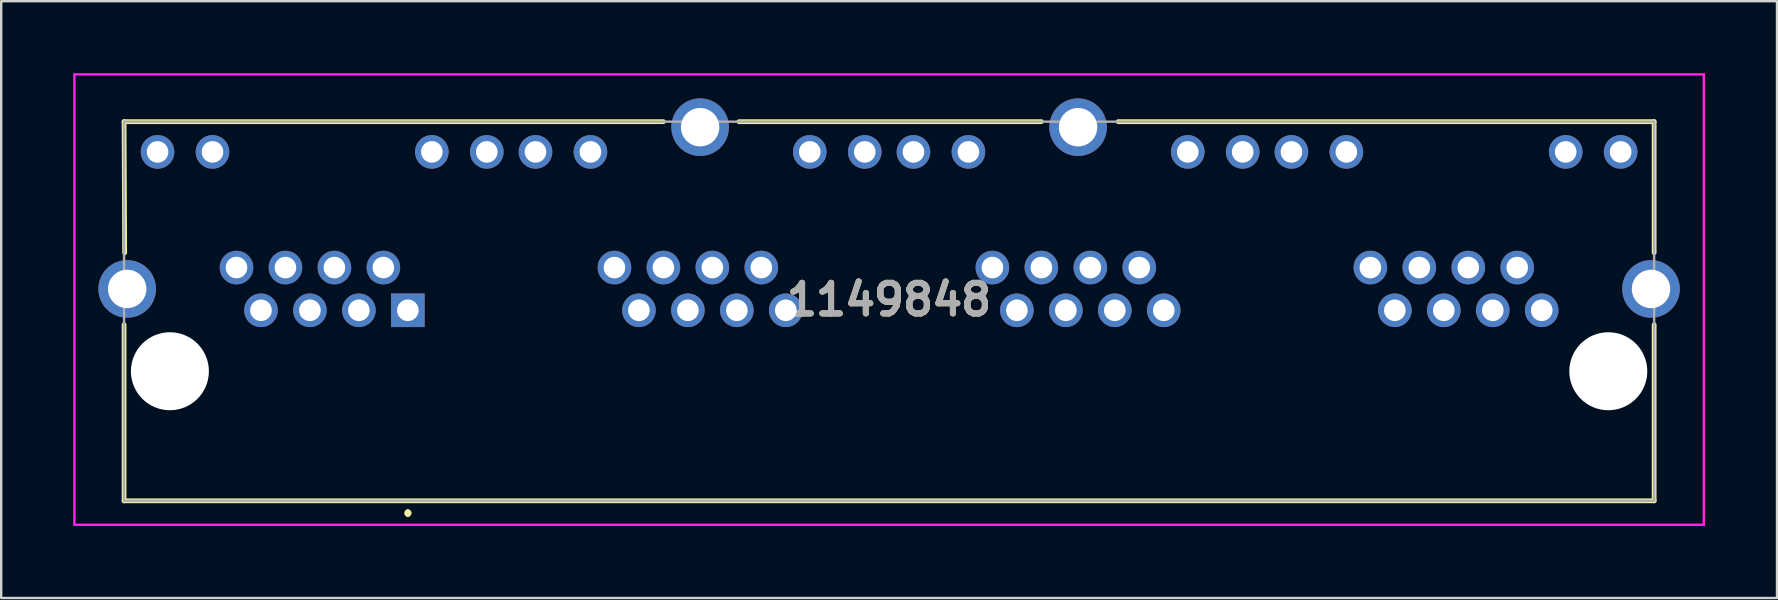
<source format=kicad_pcb>
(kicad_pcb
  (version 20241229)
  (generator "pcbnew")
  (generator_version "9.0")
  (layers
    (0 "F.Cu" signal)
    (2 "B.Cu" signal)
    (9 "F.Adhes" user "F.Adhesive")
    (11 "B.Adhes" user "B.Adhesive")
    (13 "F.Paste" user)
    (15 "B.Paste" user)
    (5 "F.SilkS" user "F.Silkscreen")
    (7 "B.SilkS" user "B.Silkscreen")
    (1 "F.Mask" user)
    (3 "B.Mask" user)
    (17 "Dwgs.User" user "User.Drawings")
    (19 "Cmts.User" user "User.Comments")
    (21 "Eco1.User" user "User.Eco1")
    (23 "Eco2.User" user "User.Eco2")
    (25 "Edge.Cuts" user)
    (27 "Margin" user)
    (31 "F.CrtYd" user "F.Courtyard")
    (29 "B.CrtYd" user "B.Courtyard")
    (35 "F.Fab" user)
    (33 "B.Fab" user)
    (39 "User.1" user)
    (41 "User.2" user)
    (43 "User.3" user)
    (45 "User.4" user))
  (footprint "1149848"
    (layer "F.Cu")
    (at 13.945 9.88)
    (property "Reference" "1149848" (at 20.055 -0.445 0) (layer "F.SilkS") (effects (font (size 1.27 1.27) (thickness 0.254))))
    (attr through_hole)
    (fp_line (start -11.825 -7.86) (end -11.8 -2.4) (stroke (width 0.2) (type solid)) (layer "F.SilkS"))
    (fp_line (start -11.825 0.6) (end -11.825 7.94) (stroke (width 0.2) (type solid)) (layer "F.SilkS"))
    (fp_line (start -11.825 7.94) (end 51.935 7.94) (stroke (width 0.2) (type solid)) (layer "F.SilkS"))
    (fp_line (start 0 8.4) (end 0 8.4) (stroke (width 0.2) (type solid)) (layer "F.SilkS"))
    (fp_line (start 0 8.5) (end 0 8.5) (stroke (width 0.2) (type solid)) (layer "F.SilkS"))
    (fp_line (start 0 8.5) (end 0 8.5) (stroke (width 0.2) (type solid)) (layer "F.SilkS"))
    (fp_line (start 10.65 -7.86) (end -11.825 -7.86) (stroke (width 0.2) (type solid)) (layer "F.SilkS"))
    (fp_line (start 26.4 -7.86) (end 13.8 -7.86) (stroke (width 0.2) (type solid)) (layer "F.SilkS"))
    (fp_line (start 51.935 -7.86) (end 29.6 -7.86) (stroke (width 0.2) (type solid)) (layer "F.SilkS"))
    (fp_line (start 51.935 -2.4) (end 51.935 -7.86) (stroke (width 0.2) (type solid)) (layer "F.SilkS"))
    (fp_line (start 51.935 7.94) (end 51.935 0.6) (stroke (width 0.2) (type solid)) (layer "F.SilkS"))
    (fp_arc (start 0 8.4) (mid 0.05 8.45) (end 0 8.5) (stroke (width 0.2) (type solid)) (layer "F.SilkS"))
    (fp_arc (start 0 8.4) (mid 0.05 8.45) (end 0 8.5) (stroke (width 0.2) (type solid)) (layer "F.SilkS"))
    (fp_arc (start 0 8.5) (mid -0.05 8.45) (end 0 8.4) (stroke (width 0.2) (type solid)) (layer "F.SilkS"))
    (fp_line (start -13.895 -9.83) (end 54.005 -9.83) (stroke (width 0.1) (type solid)) (layer "F.CrtYd"))
    (fp_line (start -13.895 8.94) (end -13.895 -9.83) (stroke (width 0.1) (type solid)) (layer "F.CrtYd"))
    (fp_line (start 54.005 -9.83) (end 54.005 8.94) (stroke (width 0.1) (type solid)) (layer "F.CrtYd"))
    (fp_line (start 54.005 8.94) (end -13.895 8.94) (stroke (width 0.1) (type solid)) (layer "F.CrtYd"))
    (fp_line (start -11.825 -7.86) (end -11.825 7.94) (stroke (width 0.1) (type solid)) (layer "F.Fab"))
    (fp_line (start -11.825 7.94) (end 51.935 7.94) (stroke (width 0.1) (type solid)) (layer "F.Fab"))
    (fp_line (start 51.935 -7.86) (end -11.825 -7.86) (stroke (width 0.1) (type solid)) (layer "F.Fab"))
    (fp_line (start 51.935 7.94) (end 51.935 -7.86) (stroke (width 0.1) (type solid)) (layer "F.Fab"))
    (fp_text user "${REFERENCE}" (at 20.055 -0.445 0) (layer "F.Fab") (effects (font (size 1.27 1.27) (thickness 0.254))))
    (pad "" np_thru_hole circle (at -9.915 2.54) (size 3.25 3.25) (drill 3.25) (layers "*.Cu" "*.Mask"))
    (pad "" np_thru_hole circle (at 50.025 2.54) (size 3.25 3.25) (drill 3.25) (layers "*.Cu" "*.Mask"))
    (pad "A1" thru_hole rect (at 0 0) (size 1.4 1.4) (drill 0.9) (layers "*.Cu" "*.Mask"))
    (pad "A2" thru_hole circle (at -1.02 -1.78) (size 1.4 1.4) (drill 0.9) (layers "*.Cu" "*.Mask"))
    (pad "A3" thru_hole circle (at -2.04 0) (size 1.4 1.4) (drill 0.9) (layers "*.Cu" "*.Mask"))
    (pad "A4" thru_hole circle (at -3.06 -1.78) (size 1.4 1.4) (drill 0.9) (layers "*.Cu" "*.Mask"))
    (pad "A5" thru_hole circle (at -4.08 0) (size 1.4 1.4) (drill 0.9) (layers "*.Cu" "*.Mask"))
    (pad "A6" thru_hole circle (at -5.1 -1.78) (size 1.4 1.4) (drill 0.9) (layers "*.Cu" "*.Mask"))
    (pad "A7" thru_hole circle (at -6.12 0) (size 1.4 1.4) (drill 0.9) (layers "*.Cu" "*.Mask"))
    (pad "A8" thru_hole circle (at -7.14 -1.78) (size 1.4 1.4) (drill 0.9) (layers "*.Cu" "*.Mask"))
    (pad "A9" thru_hole circle (at -10.43 -6.6) (size 1.4 1.4) (drill 0.9) (layers "*.Cu" "*.Mask"))
    (pad "A10" thru_hole circle (at -8.14 -6.6) (size 1.4 1.4) (drill 0.9) (layers "*.Cu" "*.Mask"))
    (pad "A11" thru_hole circle (at 1 -6.6) (size 1.4 1.4) (drill 0.9) (layers "*.Cu" "*.Mask"))
    (pad "A12" thru_hole circle (at 3.29 -6.6) (size 1.4 1.4) (drill 0.9) (layers "*.Cu" "*.Mask"))
    (pad "B1" thru_hole circle (at 15.75 0) (size 1.4 1.4) (drill 0.9) (layers "*.Cu" "*.Mask"))
    (pad "B2" thru_hole circle (at 14.73 -1.78) (size 1.4 1.4) (drill 0.9) (layers "*.Cu" "*.Mask"))
    (pad "B3" thru_hole circle (at 13.71 0) (size 1.4 1.4) (drill 0.9) (layers "*.Cu" "*.Mask"))
    (pad "B4" thru_hole circle (at 12.69 -1.78) (size 1.4 1.4) (drill 0.9) (layers "*.Cu" "*.Mask"))
    (pad "B5" thru_hole circle (at 11.67 0) (size 1.4 1.4) (drill 0.9) (layers "*.Cu" "*.Mask"))
    (pad "B6" thru_hole circle (at 10.65 -1.78) (size 1.4 1.4) (drill 0.9) (layers "*.Cu" "*.Mask"))
    (pad "B7" thru_hole circle (at 9.63 0) (size 1.4 1.4) (drill 0.9) (layers "*.Cu" "*.Mask"))
    (pad "B8" thru_hole circle (at 8.61 -1.78) (size 1.4 1.4) (drill 0.9) (layers "*.Cu" "*.Mask"))
    (pad "B9" thru_hole circle (at 5.32 -6.6) (size 1.4 1.4) (drill 0.9) (layers "*.Cu" "*.Mask"))
    (pad "B10" thru_hole circle (at 7.61 -6.6) (size 1.4 1.4) (drill 0.9) (layers "*.Cu" "*.Mask"))
    (pad "B11" thru_hole circle (at 16.75 -6.6) (size 1.4 1.4) (drill 0.9) (layers "*.Cu" "*.Mask"))
    (pad "B12" thru_hole circle (at 19.04 -6.6) (size 1.4 1.4) (drill 0.9) (layers "*.Cu" "*.Mask"))
    (pad "C1" thru_hole circle (at 31.5 0) (size 1.4 1.4) (drill 0.9) (layers "*.Cu" "*.Mask"))
    (pad "C2" thru_hole circle (at 30.48 -1.78) (size 1.4 1.4) (drill 0.9) (layers "*.Cu" "*.Mask"))
    (pad "C3" thru_hole circle (at 29.46 0) (size 1.4 1.4) (drill 0.9) (layers "*.Cu" "*.Mask"))
    (pad "C4" thru_hole circle (at 28.44 -1.78) (size 1.4 1.4) (drill 0.9) (layers "*.Cu" "*.Mask"))
    (pad "C5" thru_hole circle (at 27.42 0) (size 1.4 1.4) (drill 0.9) (layers "*.Cu" "*.Mask"))
    (pad "C6" thru_hole circle (at 26.4 -1.78) (size 1.4 1.4) (drill 0.9) (layers "*.Cu" "*.Mask"))
    (pad "C7" thru_hole circle (at 25.38 0) (size 1.4 1.4) (drill 0.9) (layers "*.Cu" "*.Mask"))
    (pad "C8" thru_hole circle (at 24.36 -1.78) (size 1.4 1.4) (drill 0.9) (layers "*.Cu" "*.Mask"))
    (pad "C9" thru_hole circle (at 21.07 -6.6) (size 1.4 1.4) (drill 0.9) (layers "*.Cu" "*.Mask"))
    (pad "C10" thru_hole circle (at 23.36 -6.6) (size 1.4 1.4) (drill 0.9) (layers "*.Cu" "*.Mask"))
    (pad "C11" thru_hole circle (at 32.5 -6.6) (size 1.4 1.4) (drill 0.9) (layers "*.Cu" "*.Mask"))
    (pad "C12" thru_hole circle (at 34.79 -6.6) (size 1.4 1.4) (drill 0.9) (layers "*.Cu" "*.Mask"))
    (pad "D1" thru_hole circle (at 47.25 0) (size 1.4 1.4) (drill 0.9) (layers "*.Cu" "*.Mask"))
    (pad "D2" thru_hole circle (at 46.23 -1.78) (size 1.4 1.4) (drill 0.9) (layers "*.Cu" "*.Mask"))
    (pad "D3" thru_hole circle (at 45.21 0) (size 1.4 1.4) (drill 0.9) (layers "*.Cu" "*.Mask"))
    (pad "D4" thru_hole circle (at 44.19 -1.78) (size 1.4 1.4) (drill 0.9) (layers "*.Cu" "*.Mask"))
    (pad "D5" thru_hole circle (at 43.17 0) (size 1.4 1.4) (drill 0.9) (layers "*.Cu" "*.Mask"))
    (pad "D6" thru_hole circle (at 42.15 -1.78) (size 1.4 1.4) (drill 0.9) (layers "*.Cu" "*.Mask"))
    (pad "D7" thru_hole circle (at 41.13 0) (size 1.4 1.4) (drill 0.9) (layers "*.Cu" "*.Mask"))
    (pad "D8" thru_hole circle (at 40.11 -1.78) (size 1.4 1.4) (drill 0.9) (layers "*.Cu" "*.Mask"))
    (pad "D9" thru_hole circle (at 39.11 -6.6) (size 1.4 1.4) (drill 0.9) (layers "*.Cu" "*.Mask"))
    (pad "D10" thru_hole circle (at 36.82 -6.6) (size 1.4 1.4) (drill 0.9) (layers "*.Cu" "*.Mask"))
    (pad "D11" thru_hole circle (at 48.25 -6.6) (size 1.4 1.4) (drill 0.9) (layers "*.Cu" "*.Mask"))
    (pad "D12" thru_hole circle (at 50.54 -6.6) (size 1.4 1.4) (drill 0.9) (layers "*.Cu" "*.Mask"))
    (pad "MH1" thru_hole circle (at -11.695 -0.89) (size 2.4 2.4) (drill 1.6) (layers "*.Cu" "*.Mask"))
    (pad "MH2" thru_hole circle (at 51.805 -0.89) (size 2.4 2.4) (drill 1.6) (layers "*.Cu" "*.Mask"))
    (pad "MH3" thru_hole circle (at 12.18 -7.63) (size 2.4 2.4) (drill 1.6) (layers "*.Cu" "*.Mask"))
    (pad "MH4" thru_hole circle (at 27.93 -7.63) (size 2.4 2.4) (drill 1.6) (layers "*.Cu" "*.Mask")))
  (gr_rect
    (start -3 -3)
    (end 71 21.87)
    (stroke (width 0.1) (type default))
    (fill no)
    (layer "Edge.Cuts")))
</source>
